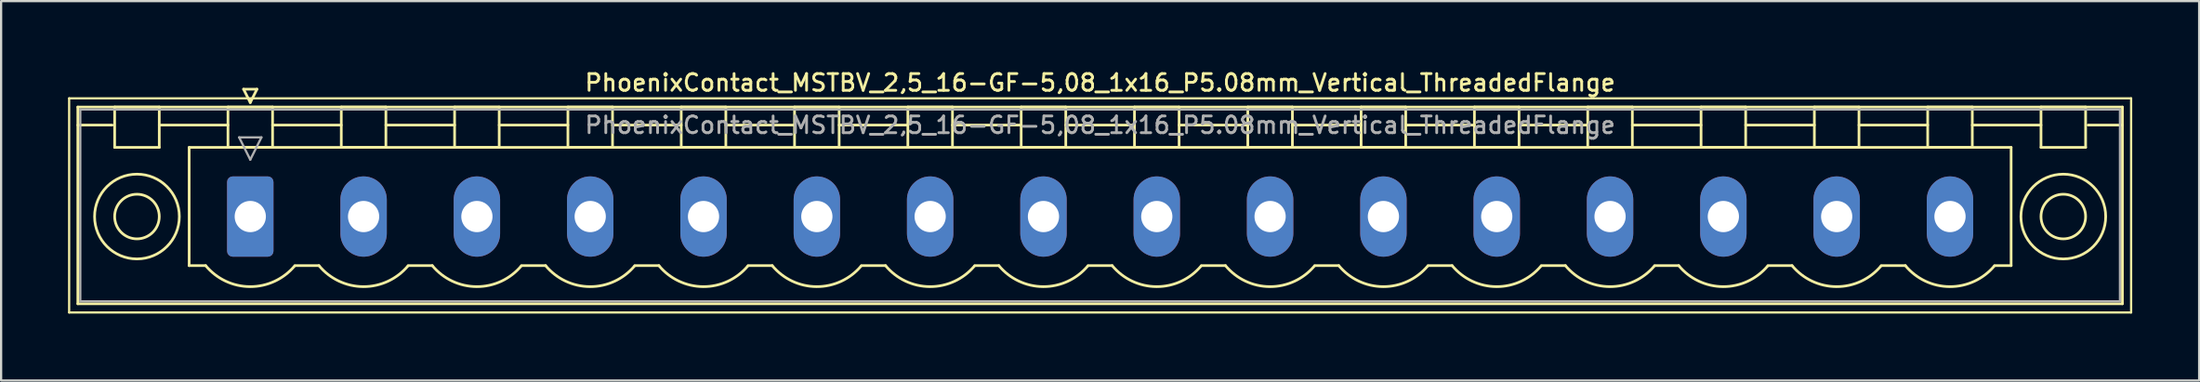
<source format=kicad_pcb>
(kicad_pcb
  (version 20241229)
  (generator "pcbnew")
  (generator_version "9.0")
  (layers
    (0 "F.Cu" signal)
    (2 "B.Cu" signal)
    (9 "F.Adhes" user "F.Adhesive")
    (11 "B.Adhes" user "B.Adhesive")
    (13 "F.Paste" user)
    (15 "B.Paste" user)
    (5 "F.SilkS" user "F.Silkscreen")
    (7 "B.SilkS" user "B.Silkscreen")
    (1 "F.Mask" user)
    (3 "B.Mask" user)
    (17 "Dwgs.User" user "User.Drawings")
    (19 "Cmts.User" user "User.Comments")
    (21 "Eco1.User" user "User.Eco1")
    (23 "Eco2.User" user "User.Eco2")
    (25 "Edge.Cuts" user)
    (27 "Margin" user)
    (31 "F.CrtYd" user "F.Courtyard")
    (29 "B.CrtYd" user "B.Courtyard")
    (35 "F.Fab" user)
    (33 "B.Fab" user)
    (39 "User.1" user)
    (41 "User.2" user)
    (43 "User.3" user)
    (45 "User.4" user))
  (footprint "PhoenixContact_MSTBV_2,5_16-GF-5,08_1x16_P5.08mm_Vertical_ThreadedFlange"
    (layer "F.Cu")
    (at 8.17 6.658)
    (property "Reference" "PhoenixContact_MSTBV_2,5_16-GF-5,08_1x16_P5.08mm_Vertical_ThreadedFlange" (at 38.1 -6 0) (layer "F.SilkS") (effects (font (size 0.75 0.75) (thickness 0.125))))
    (attr through_hole)
    (fp_line (start -8.12 -5.3) (end -8.12 4.3) (stroke (width 0.1) (type solid)) (layer "F.SilkS"))
    (fp_line (start -8.12 4.3) (end 84.32 4.3) (stroke (width 0.1) (type solid)) (layer "F.SilkS"))
    (fp_line (start -7.73 -4.91) (end -7.73 3.91) (stroke (width 0.12) (type solid)) (layer "F.SilkS"))
    (fp_line (start -7.73 -4.1) (end -6.19 -4.1) (stroke (width 0.12) (type solid)) (layer "F.SilkS"))
    (fp_line (start -7.73 3.91) (end 83.93 3.91) (stroke (width 0.12) (type solid)) (layer "F.SilkS"))
    (fp_line (start -6.08 -4.91) (end -4.08 -4.91) (stroke (width 0.12) (type solid)) (layer "F.SilkS"))
    (fp_line (start -6.08 -3.1) (end -6.08 -4.91) (stroke (width 0.12) (type solid)) (layer "F.SilkS"))
    (fp_line (start -4.08 -4.91) (end -4.08 -3.1) (stroke (width 0.12) (type solid)) (layer "F.SilkS"))
    (fp_line (start -4.08 -4.1) (end -1 -4.1) (stroke (width 0.12) (type solid)) (layer "F.SilkS"))
    (fp_line (start -4.08 -3.1) (end -6.08 -3.1) (stroke (width 0.12) (type solid)) (layer "F.SilkS"))
    (fp_line (start -2.74 -3.1) (end 78.94 -3.1) (stroke (width 0.12) (type solid)) (layer "F.SilkS"))
    (fp_line (start -2.74 2.2) (end -2.74 -3.1) (stroke (width 0.12) (type solid)) (layer "F.SilkS"))
    (fp_line (start -2 2.2) (end -2.74 2.2) (stroke (width 0.12) (type solid)) (layer "F.SilkS"))
    (fp_line (start -1 -4.91) (end 1 -4.91) (stroke (width 0.12) (type solid)) (layer "F.SilkS"))
    (fp_line (start -1 -3.1) (end -1 -4.91) (stroke (width 0.12) (type solid)) (layer "F.SilkS"))
    (fp_line (start -0.3 -5.71) (end 0.3 -5.71) (stroke (width 0.12) (type solid)) (layer "F.SilkS"))
    (fp_line (start 0 -5.11) (end -0.3 -5.71) (stroke (width 0.12) (type solid)) (layer "F.SilkS"))
    (fp_line (start 0.3 -5.71) (end 0 -5.11) (stroke (width 0.12) (type solid)) (layer "F.SilkS"))
    (fp_line (start 1 -4.91) (end 1 -3.1) (stroke (width 0.12) (type solid)) (layer "F.SilkS"))
    (fp_line (start 1 -4.1) (end 4.08 -4.1) (stroke (width 0.12) (type solid)) (layer "F.SilkS"))
    (fp_line (start 1 -3.1) (end -1 -3.1) (stroke (width 0.12) (type solid)) (layer "F.SilkS"))
    (fp_line (start 2 2.2) (end 3.08 2.2) (stroke (width 0.12) (type solid)) (layer "F.SilkS"))
    (fp_line (start 4.08 -4.91) (end 6.08 -4.91) (stroke (width 0.12) (type solid)) (layer "F.SilkS"))
    (fp_line (start 4.08 -3.1) (end 4.08 -4.91) (stroke (width 0.12) (type solid)) (layer "F.SilkS"))
    (fp_line (start 6.08 -4.91) (end 6.08 -3.1) (stroke (width 0.12) (type solid)) (layer "F.SilkS"))
    (fp_line (start 6.08 -4.1) (end 9.16 -4.1) (stroke (width 0.12) (type solid)) (layer "F.SilkS"))
    (fp_line (start 6.08 -3.1) (end 4.08 -3.1) (stroke (width 0.12) (type solid)) (layer "F.SilkS"))
    (fp_line (start 7.08 2.2) (end 8.16 2.2) (stroke (width 0.12) (type solid)) (layer "F.SilkS"))
    (fp_line (start 9.16 -4.91) (end 11.16 -4.91) (stroke (width 0.12) (type solid)) (layer "F.SilkS"))
    (fp_line (start 9.16 -3.1) (end 9.16 -4.91) (stroke (width 0.12) (type solid)) (layer "F.SilkS"))
    (fp_line (start 11.16 -4.91) (end 11.16 -3.1) (stroke (width 0.12) (type solid)) (layer "F.SilkS"))
    (fp_line (start 11.16 -4.1) (end 14.24 -4.1) (stroke (width 0.12) (type solid)) (layer "F.SilkS"))
    (fp_line (start 11.16 -3.1) (end 9.16 -3.1) (stroke (width 0.12) (type solid)) (layer "F.SilkS"))
    (fp_line (start 12.16 2.2) (end 13.24 2.2) (stroke (width 0.12) (type solid)) (layer "F.SilkS"))
    (fp_line (start 14.24 -4.91) (end 16.24 -4.91) (stroke (width 0.12) (type solid)) (layer "F.SilkS"))
    (fp_line (start 14.24 -3.1) (end 14.24 -4.91) (stroke (width 0.12) (type solid)) (layer "F.SilkS"))
    (fp_line (start 16.24 -4.91) (end 16.24 -3.1) (stroke (width 0.12) (type solid)) (layer "F.SilkS"))
    (fp_line (start 16.24 -4.1) (end 19.32 -4.1) (stroke (width 0.12) (type solid)) (layer "F.SilkS"))
    (fp_line (start 16.24 -3.1) (end 14.24 -3.1) (stroke (width 0.12) (type solid)) (layer "F.SilkS"))
    (fp_line (start 17.24 2.2) (end 18.32 2.2) (stroke (width 0.12) (type solid)) (layer "F.SilkS"))
    (fp_line (start 19.32 -4.91) (end 21.32 -4.91) (stroke (width 0.12) (type solid)) (layer "F.SilkS"))
    (fp_line (start 19.32 -3.1) (end 19.32 -4.91) (stroke (width 0.12) (type solid)) (layer "F.SilkS"))
    (fp_line (start 21.32 -4.91) (end 21.32 -3.1) (stroke (width 0.12) (type solid)) (layer "F.SilkS"))
    (fp_line (start 21.32 -4.1) (end 24.4 -4.1) (stroke (width 0.12) (type solid)) (layer "F.SilkS"))
    (fp_line (start 21.32 -3.1) (end 19.32 -3.1) (stroke (width 0.12) (type solid)) (layer "F.SilkS"))
    (fp_line (start 22.32 2.2) (end 23.4 2.2) (stroke (width 0.12) (type solid)) (layer "F.SilkS"))
    (fp_line (start 24.4 -4.91) (end 26.4 -4.91) (stroke (width 0.12) (type solid)) (layer "F.SilkS"))
    (fp_line (start 24.4 -3.1) (end 24.4 -4.91) (stroke (width 0.12) (type solid)) (layer "F.SilkS"))
    (fp_line (start 26.4 -4.91) (end 26.4 -3.1) (stroke (width 0.12) (type solid)) (layer "F.SilkS"))
    (fp_line (start 26.4 -4.1) (end 29.48 -4.1) (stroke (width 0.12) (type solid)) (layer "F.SilkS"))
    (fp_line (start 26.4 -3.1) (end 24.4 -3.1) (stroke (width 0.12) (type solid)) (layer "F.SilkS"))
    (fp_line (start 27.4 2.2) (end 28.48 2.2) (stroke (width 0.12) (type solid)) (layer "F.SilkS"))
    (fp_line (start 29.48 -4.91) (end 31.48 -4.91) (stroke (width 0.12) (type solid)) (layer "F.SilkS"))
    (fp_line (start 29.48 -3.1) (end 29.48 -4.91) (stroke (width 0.12) (type solid)) (layer "F.SilkS"))
    (fp_line (start 31.48 -4.91) (end 31.48 -3.1) (stroke (width 0.12) (type solid)) (layer "F.SilkS"))
    (fp_line (start 31.48 -4.1) (end 34.56 -4.1) (stroke (width 0.12) (type solid)) (layer "F.SilkS"))
    (fp_line (start 31.48 -3.1) (end 29.48 -3.1) (stroke (width 0.12) (type solid)) (layer "F.SilkS"))
    (fp_line (start 32.48 2.2) (end 33.56 2.2) (stroke (width 0.12) (type solid)) (layer "F.SilkS"))
    (fp_line (start 34.56 -4.91) (end 36.56 -4.91) (stroke (width 0.12) (type solid)) (layer "F.SilkS"))
    (fp_line (start 34.56 -3.1) (end 34.56 -4.91) (stroke (width 0.12) (type solid)) (layer "F.SilkS"))
    (fp_line (start 36.56 -4.91) (end 36.56 -3.1) (stroke (width 0.12) (type solid)) (layer "F.SilkS"))
    (fp_line (start 36.56 -4.1) (end 39.64 -4.1) (stroke (width 0.12) (type solid)) (layer "F.SilkS"))
    (fp_line (start 36.56 -3.1) (end 34.56 -3.1) (stroke (width 0.12) (type solid)) (layer "F.SilkS"))
    (fp_line (start 37.56 2.2) (end 38.64 2.2) (stroke (width 0.12) (type solid)) (layer "F.SilkS"))
    (fp_line (start 39.64 -4.91) (end 41.64 -4.91) (stroke (width 0.12) (type solid)) (layer "F.SilkS"))
    (fp_line (start 39.64 -3.1) (end 39.64 -4.91) (stroke (width 0.12) (type solid)) (layer "F.SilkS"))
    (fp_line (start 41.64 -4.91) (end 41.64 -3.1) (stroke (width 0.12) (type solid)) (layer "F.SilkS"))
    (fp_line (start 41.64 -4.1) (end 44.72 -4.1) (stroke (width 0.12) (type solid)) (layer "F.SilkS"))
    (fp_line (start 41.64 -3.1) (end 39.64 -3.1) (stroke (width 0.12) (type solid)) (layer "F.SilkS"))
    (fp_line (start 42.64 2.2) (end 43.72 2.2) (stroke (width 0.12) (type solid)) (layer "F.SilkS"))
    (fp_line (start 44.72 -4.91) (end 46.72 -4.91) (stroke (width 0.12) (type solid)) (layer "F.SilkS"))
    (fp_line (start 44.72 -3.1) (end 44.72 -4.91) (stroke (width 0.12) (type solid)) (layer "F.SilkS"))
    (fp_line (start 46.72 -4.91) (end 46.72 -3.1) (stroke (width 0.12) (type solid)) (layer "F.SilkS"))
    (fp_line (start 46.72 -4.1) (end 49.8 -4.1) (stroke (width 0.12) (type solid)) (layer "F.SilkS"))
    (fp_line (start 46.72 -3.1) (end 44.72 -3.1) (stroke (width 0.12) (type solid)) (layer "F.SilkS"))
    (fp_line (start 47.72 2.2) (end 48.8 2.2) (stroke (width 0.12) (type solid)) (layer "F.SilkS"))
    (fp_line (start 49.8 -4.91) (end 51.8 -4.91) (stroke (width 0.12) (type solid)) (layer "F.SilkS"))
    (fp_line (start 49.8 -3.1) (end 49.8 -4.91) (stroke (width 0.12) (type solid)) (layer "F.SilkS"))
    (fp_line (start 51.8 -4.91) (end 51.8 -3.1) (stroke (width 0.12) (type solid)) (layer "F.SilkS"))
    (fp_line (start 51.8 -4.1) (end 54.88 -4.1) (stroke (width 0.12) (type solid)) (layer "F.SilkS"))
    (fp_line (start 51.8 -3.1) (end 49.8 -3.1) (stroke (width 0.12) (type solid)) (layer "F.SilkS"))
    (fp_line (start 52.8 2.2) (end 53.88 2.2) (stroke (width 0.12) (type solid)) (layer "F.SilkS"))
    (fp_line (start 54.88 -4.91) (end 56.88 -4.91) (stroke (width 0.12) (type solid)) (layer "F.SilkS"))
    (fp_line (start 54.88 -3.1) (end 54.88 -4.91) (stroke (width 0.12) (type solid)) (layer "F.SilkS"))
    (fp_line (start 56.88 -4.91) (end 56.88 -3.1) (stroke (width 0.12) (type solid)) (layer "F.SilkS"))
    (fp_line (start 56.88 -4.1) (end 59.96 -4.1) (stroke (width 0.12) (type solid)) (layer "F.SilkS"))
    (fp_line (start 56.88 -3.1) (end 54.88 -3.1) (stroke (width 0.12) (type solid)) (layer "F.SilkS"))
    (fp_line (start 57.88 2.2) (end 58.96 2.2) (stroke (width 0.12) (type solid)) (layer "F.SilkS"))
    (fp_line (start 59.96 -4.91) (end 61.96 -4.91) (stroke (width 0.12) (type solid)) (layer "F.SilkS"))
    (fp_line (start 59.96 -3.1) (end 59.96 -4.91) (stroke (width 0.12) (type solid)) (layer "F.SilkS"))
    (fp_line (start 61.96 -4.91) (end 61.96 -3.1) (stroke (width 0.12) (type solid)) (layer "F.SilkS"))
    (fp_line (start 61.96 -4.1) (end 65.04 -4.1) (stroke (width 0.12) (type solid)) (layer "F.SilkS"))
    (fp_line (start 61.96 -3.1) (end 59.96 -3.1) (stroke (width 0.12) (type solid)) (layer "F.SilkS"))
    (fp_line (start 62.96 2.2) (end 64.04 2.2) (stroke (width 0.12) (type solid)) (layer "F.SilkS"))
    (fp_line (start 65.04 -4.91) (end 67.04 -4.91) (stroke (width 0.12) (type solid)) (layer "F.SilkS"))
    (fp_line (start 65.04 -3.1) (end 65.04 -4.91) (stroke (width 0.12) (type solid)) (layer "F.SilkS"))
    (fp_line (start 67.04 -4.91) (end 67.04 -3.1) (stroke (width 0.12) (type solid)) (layer "F.SilkS"))
    (fp_line (start 67.04 -4.1) (end 70.12 -4.1) (stroke (width 0.12) (type solid)) (layer "F.SilkS"))
    (fp_line (start 67.04 -3.1) (end 65.04 -3.1) (stroke (width 0.12) (type solid)) (layer "F.SilkS"))
    (fp_line (start 68.04 2.2) (end 69.12 2.2) (stroke (width 0.12) (type solid)) (layer "F.SilkS"))
    (fp_line (start 70.12 -4.91) (end 72.12 -4.91) (stroke (width 0.12) (type solid)) (layer "F.SilkS"))
    (fp_line (start 70.12 -3.1) (end 70.12 -4.91) (stroke (width 0.12) (type solid)) (layer "F.SilkS"))
    (fp_line (start 72.12 -4.91) (end 72.12 -3.1) (stroke (width 0.12) (type solid)) (layer "F.SilkS"))
    (fp_line (start 72.12 -4.1) (end 75.2 -4.1) (stroke (width 0.12) (type solid)) (layer "F.SilkS"))
    (fp_line (start 72.12 -3.1) (end 70.12 -3.1) (stroke (width 0.12) (type solid)) (layer "F.SilkS"))
    (fp_line (start 73.12 2.2) (end 74.2 2.2) (stroke (width 0.12) (type solid)) (layer "F.SilkS"))
    (fp_line (start 75.2 -4.91) (end 77.2 -4.91) (stroke (width 0.12) (type solid)) (layer "F.SilkS"))
    (fp_line (start 75.2 -3.1) (end 75.2 -4.91) (stroke (width 0.12) (type solid)) (layer "F.SilkS"))
    (fp_line (start 77.2 -4.91) (end 77.2 -3.1) (stroke (width 0.12) (type solid)) (layer "F.SilkS"))
    (fp_line (start 77.2 -4.1) (end 80.28 -4.1) (stroke (width 0.12) (type solid)) (layer "F.SilkS"))
    (fp_line (start 77.2 -3.1) (end 75.2 -3.1) (stroke (width 0.12) (type solid)) (layer "F.SilkS"))
    (fp_line (start 78.94 -3.1) (end 78.94 2.2) (stroke (width 0.12) (type solid)) (layer "F.SilkS"))
    (fp_line (start 78.94 2.2) (end 78.2 2.2) (stroke (width 0.12) (type solid)) (layer "F.SilkS"))
    (fp_line (start 80.28 -4.91) (end 82.28 -4.91) (stroke (width 0.12) (type solid)) (layer "F.SilkS"))
    (fp_line (start 80.28 -3.1) (end 80.28 -4.91) (stroke (width 0.12) (type solid)) (layer "F.SilkS"))
    (fp_line (start 82.28 -4.91) (end 82.28 -3.1) (stroke (width 0.12) (type solid)) (layer "F.SilkS"))
    (fp_line (start 82.28 -3.1) (end 80.28 -3.1) (stroke (width 0.12) (type solid)) (layer "F.SilkS"))
    (fp_line (start 83.93 -4.91) (end -7.73 -4.91) (stroke (width 0.12) (type solid)) (layer "F.SilkS"))
    (fp_line (start 83.93 -4.1) (end 82.39 -4.1) (stroke (width 0.12) (type solid)) (layer "F.SilkS"))
    (fp_line (start 83.93 3.91) (end 83.93 -4.91) (stroke (width 0.12) (type solid)) (layer "F.SilkS"))
    (fp_line (start 84.32 -5.3) (end -8.12 -5.3) (stroke (width 0.1) (type solid)) (layer "F.SilkS"))
    (fp_line (start 84.32 4.3) (end 84.32 -5.3) (stroke (width 0.1) (type solid)) (layer "F.SilkS"))
    (fp_arc (start 1.986842 2.215821) (mid -0.010289 3.142758) (end -2 2.2) (stroke (width 0.12) (type solid)) (layer "F.SilkS"))
    (fp_arc (start 7.066842 2.215821) (mid 5.069711 3.142758) (end 3.08 2.2) (stroke (width 0.12) (type solid)) (layer "F.SilkS"))
    (fp_arc (start 12.146842 2.215821) (mid 10.149711 3.142758) (end 8.16 2.2) (stroke (width 0.12) (type solid)) (layer "F.SilkS"))
    (fp_arc (start 17.226842 2.215821) (mid 15.229711 3.142758) (end 13.24 2.2) (stroke (width 0.12) (type solid)) (layer "F.SilkS"))
    (fp_arc (start 22.306842 2.215821) (mid 20.309711 3.142758) (end 18.32 2.2) (stroke (width 0.12) (type solid)) (layer "F.SilkS"))
    (fp_arc (start 27.386842 2.215821) (mid 25.389711 3.142758) (end 23.4 2.2) (stroke (width 0.12) (type solid)) (layer "F.SilkS"))
    (fp_arc (start 32.466842 2.215821) (mid 30.469711 3.142758) (end 28.48 2.2) (stroke (width 0.12) (type solid)) (layer "F.SilkS"))
    (fp_arc (start 37.546842 2.215821) (mid 35.549711 3.142758) (end 33.56 2.2) (stroke (width 0.12) (type solid)) (layer "F.SilkS"))
    (fp_arc (start 42.626842 2.215821) (mid 40.629711 3.142758) (end 38.64 2.2) (stroke (width 0.12) (type solid)) (layer "F.SilkS"))
    (fp_arc (start 47.706842 2.215821) (mid 45.709711 3.142758) (end 43.72 2.2) (stroke (width 0.12) (type solid)) (layer "F.SilkS"))
    (fp_arc (start 52.786842 2.215821) (mid 50.789711 3.142758) (end 48.8 2.2) (stroke (width 0.12) (type solid)) (layer "F.SilkS"))
    (fp_arc (start 57.866842 2.215821) (mid 55.869711 3.142758) (end 53.88 2.2) (stroke (width 0.12) (type solid)) (layer "F.SilkS"))
    (fp_arc (start 62.946842 2.215821) (mid 60.949711 3.142758) (end 58.96 2.2) (stroke (width 0.12) (type solid)) (layer "F.SilkS"))
    (fp_arc (start 68.026842 2.215821) (mid 66.029711 3.142758) (end 64.04 2.2) (stroke (width 0.12) (type solid)) (layer "F.SilkS"))
    (fp_arc (start 73.106842 2.215821) (mid 71.109711 3.142758) (end 69.12 2.2) (stroke (width 0.12) (type solid)) (layer "F.SilkS"))
    (fp_arc (start 78.186842 2.215821) (mid 76.189711 3.142758) (end 74.2 2.2) (stroke (width 0.12) (type solid)) (layer "F.SilkS"))
    (fp_circle (center -5.08 0) (end -4.08 0) (stroke (width 0.12) (type solid)) (fill no) (layer "F.SilkS"))
    (fp_circle (center -5.08 0) (end -3.18 0) (stroke (width 0.12) (type solid)) (fill no) (layer "F.SilkS"))
    (fp_circle (center 81.28 0) (end 82.28 0) (stroke (width 0.12) (type solid)) (fill no) (layer "F.SilkS"))
    (fp_circle (center 81.28 0) (end 83.18 0) (stroke (width 0.12) (type solid)) (fill no) (layer "F.SilkS"))
    (fp_line (start -7.62 -4.8) (end -7.62 3.8) (stroke (width 0.1) (type solid)) (layer "F.Fab"))
    (fp_line (start -7.62 3.8) (end 83.82 3.8) (stroke (width 0.1) (type solid)) (layer "F.Fab"))
    (fp_line (start -0.5 -3.55) (end 0.5 -3.55) (stroke (width 0.1) (type solid)) (layer "F.Fab"))
    (fp_line (start 0 -2.55) (end -0.5 -3.55) (stroke (width 0.1) (type solid)) (layer "F.Fab"))
    (fp_line (start 0.5 -3.55) (end 0 -2.55) (stroke (width 0.1) (type solid)) (layer "F.Fab"))
    (fp_line (start 83.82 -4.8) (end -7.62 -4.8) (stroke (width 0.1) (type solid)) (layer "F.Fab"))
    (fp_line (start 83.82 3.8) (end 83.82 -4.8) (stroke (width 0.1) (type solid)) (layer "F.Fab"))
    (fp_text user "${REFERENCE}" (at 38.1 -4.1 0) (layer "F.Fab") (effects (font (size 0.75 0.75) (thickness 0.125))))
    (pad "1" thru_hole roundrect (at 0 0) (size 2.08 3.6) (drill 1.4) (layers "*.Cu" "*.Mask") (roundrect_rratio 0.12))
    (pad "2" thru_hole oval (at 5.08 0) (size 2.08 3.6) (drill 1.4) (layers "*.Cu" "*.Mask"))
    (pad "3" thru_hole oval (at 10.16 0) (size 2.08 3.6) (drill 1.4) (layers "*.Cu" "*.Mask"))
    (pad "4" thru_hole oval (at 15.24 0) (size 2.08 3.6) (drill 1.4) (layers "*.Cu" "*.Mask"))
    (pad "5" thru_hole oval (at 20.32 0) (size 2.08 3.6) (drill 1.4) (layers "*.Cu" "*.Mask"))
    (pad "6" thru_hole oval (at 25.4 0) (size 2.08 3.6) (drill 1.4) (layers "*.Cu" "*.Mask"))
    (pad "7" thru_hole oval (at 30.48 0) (size 2.08 3.6) (drill 1.4) (layers "*.Cu" "*.Mask"))
    (pad "8" thru_hole oval (at 35.56 0) (size 2.08 3.6) (drill 1.4) (layers "*.Cu" "*.Mask"))
    (pad "9" thru_hole oval (at 40.64 0) (size 2.08 3.6) (drill 1.4) (layers "*.Cu" "*.Mask"))
    (pad "10" thru_hole oval (at 45.72 0) (size 2.08 3.6) (drill 1.4) (layers "*.Cu" "*.Mask"))
    (pad "11" thru_hole oval (at 50.8 0) (size 2.08 3.6) (drill 1.4) (layers "*.Cu" "*.Mask"))
    (pad "12" thru_hole oval (at 55.88 0) (size 2.08 3.6) (drill 1.4) (layers "*.Cu" "*.Mask"))
    (pad "13" thru_hole oval (at 60.96 0) (size 2.08 3.6) (drill 1.4) (layers "*.Cu" "*.Mask"))
    (pad "14" thru_hole oval (at 66.04 0) (size 2.08 3.6) (drill 1.4) (layers "*.Cu" "*.Mask"))
    (pad "15" thru_hole oval (at 71.12 0) (size 2.08 3.6) (drill 1.4) (layers "*.Cu" "*.Mask"))
    (pad "16" thru_hole oval (at 76.2 0) (size 2.08 3.6) (drill 1.4) (layers "*.Cu" "*.Mask")))
  (gr_rect
    (start -3 -3)
    (end 95.54 14.008)
    (stroke (width 0.1) (type default))
    (fill no)
    (layer "Edge.Cuts")))
</source>
